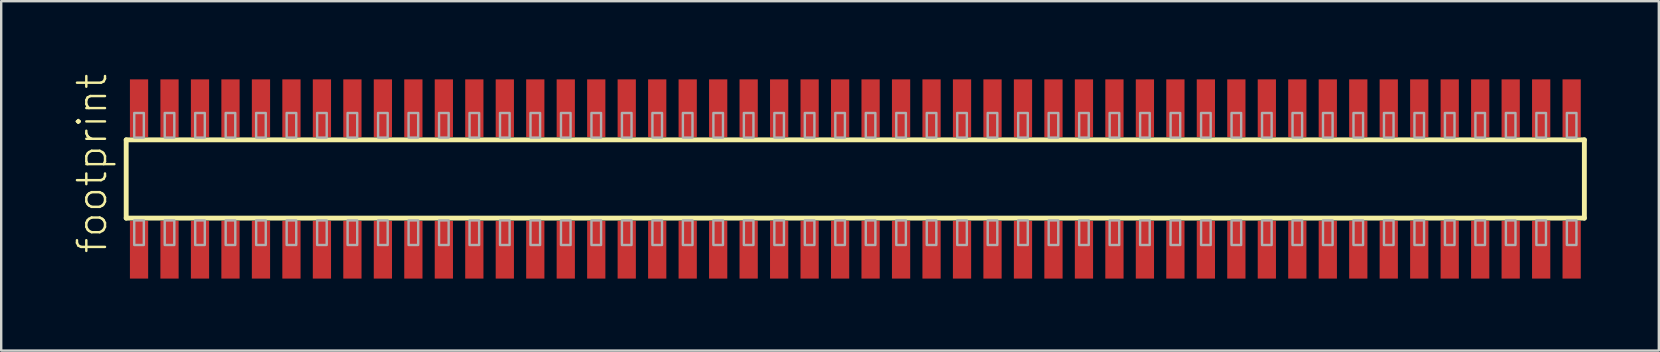
<source format=kicad_pcb>
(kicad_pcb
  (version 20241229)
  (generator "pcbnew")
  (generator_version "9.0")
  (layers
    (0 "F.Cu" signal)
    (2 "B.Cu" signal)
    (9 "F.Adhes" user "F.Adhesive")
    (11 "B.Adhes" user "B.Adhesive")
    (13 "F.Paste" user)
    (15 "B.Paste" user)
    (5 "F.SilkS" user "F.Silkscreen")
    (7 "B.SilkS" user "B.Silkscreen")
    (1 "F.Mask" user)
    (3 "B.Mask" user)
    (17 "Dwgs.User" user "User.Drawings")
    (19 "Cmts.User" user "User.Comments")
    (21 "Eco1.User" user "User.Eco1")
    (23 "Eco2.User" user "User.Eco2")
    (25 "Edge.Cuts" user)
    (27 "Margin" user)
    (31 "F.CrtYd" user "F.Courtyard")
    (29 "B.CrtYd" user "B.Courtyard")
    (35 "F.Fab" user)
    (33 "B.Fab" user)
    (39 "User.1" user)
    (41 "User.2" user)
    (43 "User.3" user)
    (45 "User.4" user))
  (footprint "footprint"
    (layer "F.Cu")
    (at 32.588 4.407)
    (property "Reference" "footprint" (at -31.115 3.175 90) (layer "F.SilkS") (effects (font (size 1.168 1.168) (thickness 0.102)) (justify left bottom)))
    (fp_line (start -30.38 -1.63) (end 30.375 -1.63) (stroke (width 0.203) (type solid)) (layer "F.SilkS"))
    (fp_line (start -30.38 1.63) (end -30.38 -1.63) (stroke (width 0.203) (type solid)) (layer "F.SilkS"))
    (fp_line (start 30.375 -1.63) (end 30.375 1.63) (stroke (width 0.203) (type solid)) (layer "F.SilkS"))
    (fp_line (start 30.375 1.63) (end -30.38 1.63) (stroke (width 0.203) (type solid)) (layer "F.SilkS"))
    (fp_poly (pts (xy -30.045 -1.725) (xy -29.645 -1.725) (xy -29.645 -2.75) (xy -30.045 -2.75)) (stroke (width 0.1) (type solid)) (fill no) (layer "F.Fab"))
    (fp_poly (pts (xy -29.645 1.725) (xy -30.045 1.725) (xy -30.045 2.75) (xy -29.645 2.75)) (stroke (width 0.1) (type solid)) (fill no) (layer "F.Fab"))
    (fp_poly (pts (xy -28.775 -1.725) (xy -28.375 -1.725) (xy -28.375 -2.75) (xy -28.775 -2.75)) (stroke (width 0.1) (type solid)) (fill no) (layer "F.Fab"))
    (fp_poly (pts (xy -28.375 1.725) (xy -28.775 1.725) (xy -28.775 2.75) (xy -28.375 2.75)) (stroke (width 0.1) (type solid)) (fill no) (layer "F.Fab"))
    (fp_poly (pts (xy -27.505 -1.725) (xy -27.105 -1.725) (xy -27.105 -2.75) (xy -27.505 -2.75)) (stroke (width 0.1) (type solid)) (fill no) (layer "F.Fab"))
    (fp_poly (pts (xy -27.105 1.725) (xy -27.505 1.725) (xy -27.505 2.75) (xy -27.105 2.75)) (stroke (width 0.1) (type solid)) (fill no) (layer "F.Fab"))
    (fp_poly (pts (xy -26.235 -1.725) (xy -25.835 -1.725) (xy -25.835 -2.75) (xy -26.235 -2.75)) (stroke (width 0.1) (type solid)) (fill no) (layer "F.Fab"))
    (fp_poly (pts (xy -25.835 1.725) (xy -26.235 1.725) (xy -26.235 2.75) (xy -25.835 2.75)) (stroke (width 0.1) (type solid)) (fill no) (layer "F.Fab"))
    (fp_poly (pts (xy -24.965 -1.725) (xy -24.565 -1.725) (xy -24.565 -2.75) (xy -24.965 -2.75)) (stroke (width 0.1) (type solid)) (fill no) (layer "F.Fab"))
    (fp_poly (pts (xy -24.565 1.725) (xy -24.965 1.725) (xy -24.965 2.75) (xy -24.565 2.75)) (stroke (width 0.1) (type solid)) (fill no) (layer "F.Fab"))
    (fp_poly (pts (xy -23.695 -1.725) (xy -23.295 -1.725) (xy -23.295 -2.75) (xy -23.695 -2.75)) (stroke (width 0.1) (type solid)) (fill no) (layer "F.Fab"))
    (fp_poly (pts (xy -23.295 1.725) (xy -23.695 1.725) (xy -23.695 2.75) (xy -23.295 2.75)) (stroke (width 0.1) (type solid)) (fill no) (layer "F.Fab"))
    (fp_poly (pts (xy -22.425 -1.725) (xy -22.025 -1.725) (xy -22.025 -2.75) (xy -22.425 -2.75)) (stroke (width 0.1) (type solid)) (fill no) (layer "F.Fab"))
    (fp_poly (pts (xy -22.025 1.725) (xy -22.425 1.725) (xy -22.425 2.75) (xy -22.025 2.75)) (stroke (width 0.1) (type solid)) (fill no) (layer "F.Fab"))
    (fp_poly (pts (xy -21.155 -1.725) (xy -20.755 -1.725) (xy -20.755 -2.75) (xy -21.155 -2.75)) (stroke (width 0.1) (type solid)) (fill no) (layer "F.Fab"))
    (fp_poly (pts (xy -20.755 1.725) (xy -21.155 1.725) (xy -21.155 2.75) (xy -20.755 2.75)) (stroke (width 0.1) (type solid)) (fill no) (layer "F.Fab"))
    (fp_poly (pts (xy -19.885 -1.725) (xy -19.485 -1.725) (xy -19.485 -2.75) (xy -19.885 -2.75)) (stroke (width 0.1) (type solid)) (fill no) (layer "F.Fab"))
    (fp_poly (pts (xy -19.485 1.725) (xy -19.885 1.725) (xy -19.885 2.75) (xy -19.485 2.75)) (stroke (width 0.1) (type solid)) (fill no) (layer "F.Fab"))
    (fp_poly (pts (xy -18.615 -1.725) (xy -18.215 -1.725) (xy -18.215 -2.75) (xy -18.615 -2.75)) (stroke (width 0.1) (type solid)) (fill no) (layer "F.Fab"))
    (fp_poly (pts (xy -18.215 1.725) (xy -18.615 1.725) (xy -18.615 2.75) (xy -18.215 2.75)) (stroke (width 0.1) (type solid)) (fill no) (layer "F.Fab"))
    (fp_poly (pts (xy -17.345 -1.725) (xy -16.945 -1.725) (xy -16.945 -2.75) (xy -17.345 -2.75)) (stroke (width 0.1) (type solid)) (fill no) (layer "F.Fab"))
    (fp_poly (pts (xy -16.945 1.725) (xy -17.345 1.725) (xy -17.345 2.75) (xy -16.945 2.75)) (stroke (width 0.1) (type solid)) (fill no) (layer "F.Fab"))
    (fp_poly (pts (xy -16.075 -1.725) (xy -15.675 -1.725) (xy -15.675 -2.75) (xy -16.075 -2.75)) (stroke (width 0.1) (type solid)) (fill no) (layer "F.Fab"))
    (fp_poly (pts (xy -15.675 1.725) (xy -16.075 1.725) (xy -16.075 2.75) (xy -15.675 2.75)) (stroke (width 0.1) (type solid)) (fill no) (layer "F.Fab"))
    (fp_poly (pts (xy -14.805 -1.725) (xy -14.405 -1.725) (xy -14.405 -2.75) (xy -14.805 -2.75)) (stroke (width 0.1) (type solid)) (fill no) (layer "F.Fab"))
    (fp_poly (pts (xy -14.405 1.725) (xy -14.805 1.725) (xy -14.805 2.75) (xy -14.405 2.75)) (stroke (width 0.1) (type solid)) (fill no) (layer "F.Fab"))
    (fp_poly (pts (xy -13.535 -1.725) (xy -13.135 -1.725) (xy -13.135 -2.75) (xy -13.535 -2.75)) (stroke (width 0.1) (type solid)) (fill no) (layer "F.Fab"))
    (fp_poly (pts (xy -13.135 1.725) (xy -13.535 1.725) (xy -13.535 2.75) (xy -13.135 2.75)) (stroke (width 0.1) (type solid)) (fill no) (layer "F.Fab"))
    (fp_poly (pts (xy -12.265 -1.725) (xy -11.865 -1.725) (xy -11.865 -2.75) (xy -12.265 -2.75)) (stroke (width 0.1) (type solid)) (fill no) (layer "F.Fab"))
    (fp_poly (pts (xy -11.865 1.725) (xy -12.265 1.725) (xy -12.265 2.75) (xy -11.865 2.75)) (stroke (width 0.1) (type solid)) (fill no) (layer "F.Fab"))
    (fp_poly (pts (xy -10.995 -1.725) (xy -10.595 -1.725) (xy -10.595 -2.75) (xy -10.995 -2.75)) (stroke (width 0.1) (type solid)) (fill no) (layer "F.Fab"))
    (fp_poly (pts (xy -10.595 1.725) (xy -10.995 1.725) (xy -10.995 2.75) (xy -10.595 2.75)) (stroke (width 0.1) (type solid)) (fill no) (layer "F.Fab"))
    (fp_poly (pts (xy -9.725 -1.725) (xy -9.325 -1.725) (xy -9.325 -2.75) (xy -9.725 -2.75)) (stroke (width 0.1) (type solid)) (fill no) (layer "F.Fab"))
    (fp_poly (pts (xy -9.325 1.725) (xy -9.725 1.725) (xy -9.725 2.75) (xy -9.325 2.75)) (stroke (width 0.1) (type solid)) (fill no) (layer "F.Fab"))
    (fp_poly (pts (xy -8.455 -1.725) (xy -8.055 -1.725) (xy -8.055 -2.75) (xy -8.455 -2.75)) (stroke (width 0.1) (type solid)) (fill no) (layer "F.Fab"))
    (fp_poly (pts (xy -8.055 1.725) (xy -8.455 1.725) (xy -8.455 2.75) (xy -8.055 2.75)) (stroke (width 0.1) (type solid)) (fill no) (layer "F.Fab"))
    (fp_poly (pts (xy -7.185 -1.725) (xy -6.785 -1.725) (xy -6.785 -2.75) (xy -7.185 -2.75)) (stroke (width 0.1) (type solid)) (fill no) (layer "F.Fab"))
    (fp_poly (pts (xy -6.785 1.725) (xy -7.185 1.725) (xy -7.185 2.75) (xy -6.785 2.75)) (stroke (width 0.1) (type solid)) (fill no) (layer "F.Fab"))
    (fp_poly (pts (xy -5.915 -1.725) (xy -5.515 -1.725) (xy -5.515 -2.75) (xy -5.915 -2.75)) (stroke (width 0.1) (type solid)) (fill no) (layer "F.Fab"))
    (fp_poly (pts (xy -5.515 1.725) (xy -5.915 1.725) (xy -5.915 2.75) (xy -5.515 2.75)) (stroke (width 0.1) (type solid)) (fill no) (layer "F.Fab"))
    (fp_poly (pts (xy -4.645 -1.725) (xy -4.245 -1.725) (xy -4.245 -2.75) (xy -4.645 -2.75)) (stroke (width 0.1) (type solid)) (fill no) (layer "F.Fab"))
    (fp_poly (pts (xy -4.245 1.725) (xy -4.645 1.725) (xy -4.645 2.75) (xy -4.245 2.75)) (stroke (width 0.1) (type solid)) (fill no) (layer "F.Fab"))
    (fp_poly (pts (xy -3.375 -1.725) (xy -2.975 -1.725) (xy -2.975 -2.75) (xy -3.375 -2.75)) (stroke (width 0.1) (type solid)) (fill no) (layer "F.Fab"))
    (fp_poly (pts (xy -2.975 1.725) (xy -3.375 1.725) (xy -3.375 2.75) (xy -2.975 2.75)) (stroke (width 0.1) (type solid)) (fill no) (layer "F.Fab"))
    (fp_poly (pts (xy -2.105 -1.725) (xy -1.705 -1.725) (xy -1.705 -2.75) (xy -2.105 -2.75)) (stroke (width 0.1) (type solid)) (fill no) (layer "F.Fab"))
    (fp_poly (pts (xy -1.705 1.725) (xy -2.105 1.725) (xy -2.105 2.75) (xy -1.705 2.75)) (stroke (width 0.1) (type solid)) (fill no) (layer "F.Fab"))
    (fp_poly (pts (xy -0.835 -1.725) (xy -0.435 -1.725) (xy -0.435 -2.75) (xy -0.835 -2.75)) (stroke (width 0.1) (type solid)) (fill no) (layer "F.Fab"))
    (fp_poly (pts (xy -0.435 1.725) (xy -0.835 1.725) (xy -0.835 2.75) (xy -0.435 2.75)) (stroke (width 0.1) (type solid)) (fill no) (layer "F.Fab"))
    (fp_poly (pts (xy 0.435 -1.725) (xy 0.835 -1.725) (xy 0.835 -2.75) (xy 0.435 -2.75)) (stroke (width 0.1) (type solid)) (fill no) (layer "F.Fab"))
    (fp_poly (pts (xy 0.835 1.725) (xy 0.435 1.725) (xy 0.435 2.75) (xy 0.835 2.75)) (stroke (width 0.1) (type solid)) (fill no) (layer "F.Fab"))
    (fp_poly (pts (xy 1.705 -1.725) (xy 2.105 -1.725) (xy 2.105 -2.75) (xy 1.705 -2.75)) (stroke (width 0.1) (type solid)) (fill no) (layer "F.Fab"))
    (fp_poly (pts (xy 2.105 1.725) (xy 1.705 1.725) (xy 1.705 2.75) (xy 2.105 2.75)) (stroke (width 0.1) (type solid)) (fill no) (layer "F.Fab"))
    (fp_poly (pts (xy 2.975 -1.725) (xy 3.375 -1.725) (xy 3.375 -2.75) (xy 2.975 -2.75)) (stroke (width 0.1) (type solid)) (fill no) (layer "F.Fab"))
    (fp_poly (pts (xy 3.375 1.725) (xy 2.975 1.725) (xy 2.975 2.75) (xy 3.375 2.75)) (stroke (width 0.1) (type solid)) (fill no) (layer "F.Fab"))
    (fp_poly (pts (xy 4.245 -1.725) (xy 4.645 -1.725) (xy 4.645 -2.75) (xy 4.245 -2.75)) (stroke (width 0.1) (type solid)) (fill no) (layer "F.Fab"))
    (fp_poly (pts (xy 4.645 1.725) (xy 4.245 1.725) (xy 4.245 2.75) (xy 4.645 2.75)) (stroke (width 0.1) (type solid)) (fill no) (layer "F.Fab"))
    (fp_poly (pts (xy 5.515 -1.725) (xy 5.915 -1.725) (xy 5.915 -2.75) (xy 5.515 -2.75)) (stroke (width 0.1) (type solid)) (fill no) (layer "F.Fab"))
    (fp_poly (pts (xy 5.915 1.725) (xy 5.515 1.725) (xy 5.515 2.75) (xy 5.915 2.75)) (stroke (width 0.1) (type solid)) (fill no) (layer "F.Fab"))
    (fp_poly (pts (xy 6.785 -1.725) (xy 7.185 -1.725) (xy 7.185 -2.75) (xy 6.785 -2.75)) (stroke (width 0.1) (type solid)) (fill no) (layer "F.Fab"))
    (fp_poly (pts (xy 7.185 1.725) (xy 6.785 1.725) (xy 6.785 2.75) (xy 7.185 2.75)) (stroke (width 0.1) (type solid)) (fill no) (layer "F.Fab"))
    (fp_poly (pts (xy 8.055 -1.725) (xy 8.455 -1.725) (xy 8.455 -2.75) (xy 8.055 -2.75)) (stroke (width 0.1) (type solid)) (fill no) (layer "F.Fab"))
    (fp_poly (pts (xy 8.455 1.725) (xy 8.055 1.725) (xy 8.055 2.75) (xy 8.455 2.75)) (stroke (width 0.1) (type solid)) (fill no) (layer "F.Fab"))
    (fp_poly (pts (xy 9.325 -1.725) (xy 9.725 -1.725) (xy 9.725 -2.75) (xy 9.325 -2.75)) (stroke (width 0.1) (type solid)) (fill no) (layer "F.Fab"))
    (fp_poly (pts (xy 9.725 1.725) (xy 9.325 1.725) (xy 9.325 2.75) (xy 9.725 2.75)) (stroke (width 0.1) (type solid)) (fill no) (layer "F.Fab"))
    (fp_poly (pts (xy 10.595 -1.725) (xy 10.995 -1.725) (xy 10.995 -2.75) (xy 10.595 -2.75)) (stroke (width 0.1) (type solid)) (fill no) (layer "F.Fab"))
    (fp_poly (pts (xy 10.995 1.725) (xy 10.595 1.725) (xy 10.595 2.75) (xy 10.995 2.75)) (stroke (width 0.1) (type solid)) (fill no) (layer "F.Fab"))
    (fp_poly (pts (xy 11.865 -1.725) (xy 12.265 -1.725) (xy 12.265 -2.75) (xy 11.865 -2.75)) (stroke (width 0.1) (type solid)) (fill no) (layer "F.Fab"))
    (fp_poly (pts (xy 12.265 1.725) (xy 11.865 1.725) (xy 11.865 2.75) (xy 12.265 2.75)) (stroke (width 0.1) (type solid)) (fill no) (layer "F.Fab"))
    (fp_poly (pts (xy 13.135 -1.725) (xy 13.535 -1.725) (xy 13.535 -2.75) (xy 13.135 -2.75)) (stroke (width 0.1) (type solid)) (fill no) (layer "F.Fab"))
    (fp_poly (pts (xy 13.535 1.725) (xy 13.135 1.725) (xy 13.135 2.75) (xy 13.535 2.75)) (stroke (width 0.1) (type solid)) (fill no) (layer "F.Fab"))
    (fp_poly (pts (xy 14.405 -1.725) (xy 14.805 -1.725) (xy 14.805 -2.75) (xy 14.405 -2.75)) (stroke (width 0.1) (type solid)) (fill no) (layer "F.Fab"))
    (fp_poly (pts (xy 14.805 1.725) (xy 14.405 1.725) (xy 14.405 2.75) (xy 14.805 2.75)) (stroke (width 0.1) (type solid)) (fill no) (layer "F.Fab"))
    (fp_poly (pts (xy 15.675 -1.725) (xy 16.075 -1.725) (xy 16.075 -2.75) (xy 15.675 -2.75)) (stroke (width 0.1) (type solid)) (fill no) (layer "F.Fab"))
    (fp_poly (pts (xy 16.075 1.725) (xy 15.675 1.725) (xy 15.675 2.75) (xy 16.075 2.75)) (stroke (width 0.1) (type solid)) (fill no) (layer "F.Fab"))
    (fp_poly (pts (xy 16.945 -1.725) (xy 17.345 -1.725) (xy 17.345 -2.75) (xy 16.945 -2.75)) (stroke (width 0.1) (type solid)) (fill no) (layer "F.Fab"))
    (fp_poly (pts (xy 17.345 1.725) (xy 16.945 1.725) (xy 16.945 2.75) (xy 17.345 2.75)) (stroke (width 0.1) (type solid)) (fill no) (layer "F.Fab"))
    (fp_poly (pts (xy 18.215 -1.725) (xy 18.615 -1.725) (xy 18.615 -2.75) (xy 18.215 -2.75)) (stroke (width 0.1) (type solid)) (fill no) (layer "F.Fab"))
    (fp_poly (pts (xy 18.615 1.725) (xy 18.215 1.725) (xy 18.215 2.75) (xy 18.615 2.75)) (stroke (width 0.1) (type solid)) (fill no) (layer "F.Fab"))
    (fp_poly (pts (xy 19.485 -1.725) (xy 19.885 -1.725) (xy 19.885 -2.75) (xy 19.485 -2.75)) (stroke (width 0.1) (type solid)) (fill no) (layer "F.Fab"))
    (fp_poly (pts (xy 19.885 1.725) (xy 19.485 1.725) (xy 19.485 2.75) (xy 19.885 2.75)) (stroke (width 0.1) (type solid)) (fill no) (layer "F.Fab"))
    (fp_poly (pts (xy 20.755 -1.725) (xy 21.155 -1.725) (xy 21.155 -2.75) (xy 20.755 -2.75)) (stroke (width 0.1) (type solid)) (fill no) (layer "F.Fab"))
    (fp_poly (pts (xy 21.155 1.725) (xy 20.755 1.725) (xy 20.755 2.75) (xy 21.155 2.75)) (stroke (width 0.1) (type solid)) (fill no) (layer "F.Fab"))
    (fp_poly (pts (xy 22.025 -1.725) (xy 22.425 -1.725) (xy 22.425 -2.75) (xy 22.025 -2.75)) (stroke (width 0.1) (type solid)) (fill no) (layer "F.Fab"))
    (fp_poly (pts (xy 22.425 1.725) (xy 22.025 1.725) (xy 22.025 2.75) (xy 22.425 2.75)) (stroke (width 0.1) (type solid)) (fill no) (layer "F.Fab"))
    (fp_poly (pts (xy 23.295 -1.725) (xy 23.695 -1.725) (xy 23.695 -2.75) (xy 23.295 -2.75)) (stroke (width 0.1) (type solid)) (fill no) (layer "F.Fab"))
    (fp_poly (pts (xy 23.695 1.725) (xy 23.295 1.725) (xy 23.295 2.75) (xy 23.695 2.75)) (stroke (width 0.1) (type solid)) (fill no) (layer "F.Fab"))
    (fp_poly (pts (xy 24.565 -1.725) (xy 24.965 -1.725) (xy 24.965 -2.75) (xy 24.565 -2.75)) (stroke (width 0.1) (type solid)) (fill no) (layer "F.Fab"))
    (fp_poly (pts (xy 24.965 1.725) (xy 24.565 1.725) (xy 24.565 2.75) (xy 24.965 2.75)) (stroke (width 0.1) (type solid)) (fill no) (layer "F.Fab"))
    (fp_poly (pts (xy 25.835 -1.725) (xy 26.235 -1.725) (xy 26.235 -2.75) (xy 25.835 -2.75)) (stroke (width 0.1) (type solid)) (fill no) (layer "F.Fab"))
    (fp_poly (pts (xy 26.235 1.725) (xy 25.835 1.725) (xy 25.835 2.75) (xy 26.235 2.75)) (stroke (width 0.1) (type solid)) (fill no) (layer "F.Fab"))
    (fp_poly (pts (xy 27.105 -1.725) (xy 27.505 -1.725) (xy 27.505 -2.75) (xy 27.105 -2.75)) (stroke (width 0.1) (type solid)) (fill no) (layer "F.Fab"))
    (fp_poly (pts (xy 27.505 1.725) (xy 27.105 1.725) (xy 27.105 2.75) (xy 27.505 2.75)) (stroke (width 0.1) (type solid)) (fill no) (layer "F.Fab"))
    (fp_poly (pts (xy 28.375 -1.725) (xy 28.775 -1.725) (xy 28.775 -2.75) (xy 28.375 -2.75)) (stroke (width 0.1) (type solid)) (fill no) (layer "F.Fab"))
    (fp_poly (pts (xy 28.775 1.725) (xy 28.375 1.725) (xy 28.375 2.75) (xy 28.775 2.75)) (stroke (width 0.1) (type solid)) (fill no) (layer "F.Fab"))
    (fp_poly (pts (xy 29.645 -1.725) (xy 30.045 -1.725) (xy 30.045 -2.75) (xy 29.645 -2.75)) (stroke (width 0.1) (type solid)) (fill no) (layer "F.Fab"))
    (fp_poly (pts (xy 30.045 1.725) (xy 29.645 1.725) (xy 29.645 2.75) (xy 30.045 2.75)) (stroke (width 0.1) (type solid)) (fill no) (layer "F.Fab"))
    (pad "1" smd rect (at -29.845 2.95) (size 0.76 2.4) (layers "F.Cu" "F.Mask" "F.Paste"))
    (pad "2" smd rect (at -29.845 -2.95) (size 0.76 2.4) (layers "F.Cu" "F.Mask" "F.Paste"))
    (pad "3" smd rect (at -28.575 2.95) (size 0.76 2.4) (layers "F.Cu" "F.Mask" "F.Paste"))
    (pad "4" smd rect (at -28.575 -2.95) (size 0.76 2.4) (layers "F.Cu" "F.Mask" "F.Paste"))
    (pad "5" smd rect (at -27.305 2.95) (size 0.76 2.4) (layers "F.Cu" "F.Mask" "F.Paste"))
    (pad "6" smd rect (at -27.305 -2.95) (size 0.76 2.4) (layers "F.Cu" "F.Mask" "F.Paste"))
    (pad "7" smd rect (at -26.035 2.95) (size 0.76 2.4) (layers "F.Cu" "F.Mask" "F.Paste"))
    (pad "8" smd rect (at -26.035 -2.95) (size 0.76 2.4) (layers "F.Cu" "F.Mask" "F.Paste"))
    (pad "9" smd rect (at -24.765 2.95) (size 0.76 2.4) (layers "F.Cu" "F.Mask" "F.Paste"))
    (pad "10" smd rect (at -24.765 -2.95) (size 0.76 2.4) (layers "F.Cu" "F.Mask" "F.Paste"))
    (pad "11" smd rect (at -23.495 2.95) (size 0.76 2.4) (layers "F.Cu" "F.Mask" "F.Paste"))
    (pad "12" smd rect (at -23.495 -2.95) (size 0.76 2.4) (layers "F.Cu" "F.Mask" "F.Paste"))
    (pad "13" smd rect (at -22.225 2.95) (size 0.76 2.4) (layers "F.Cu" "F.Mask" "F.Paste"))
    (pad "14" smd rect (at -22.225 -2.95) (size 0.76 2.4) (layers "F.Cu" "F.Mask" "F.Paste"))
    (pad "15" smd rect (at -20.955 2.95) (size 0.76 2.4) (layers "F.Cu" "F.Mask" "F.Paste"))
    (pad "16" smd rect (at -20.955 -2.95) (size 0.76 2.4) (layers "F.Cu" "F.Mask" "F.Paste"))
    (pad "17" smd rect (at -19.685 2.95) (size 0.76 2.4) (layers "F.Cu" "F.Mask" "F.Paste"))
    (pad "18" smd rect (at -19.685 -2.95) (size 0.76 2.4) (layers "F.Cu" "F.Mask" "F.Paste"))
    (pad "19" smd rect (at -18.415 2.95) (size 0.76 2.4) (layers "F.Cu" "F.Mask" "F.Paste"))
    (pad "20" smd rect (at -18.415 -2.95) (size 0.76 2.4) (layers "F.Cu" "F.Mask" "F.Paste"))
    (pad "21" smd rect (at -17.145 2.95) (size 0.76 2.4) (layers "F.Cu" "F.Mask" "F.Paste"))
    (pad "22" smd rect (at -17.145 -2.95) (size 0.76 2.4) (layers "F.Cu" "F.Mask" "F.Paste"))
    (pad "23" smd rect (at -15.875 2.95) (size 0.76 2.4) (layers "F.Cu" "F.Mask" "F.Paste"))
    (pad "24" smd rect (at -15.875 -2.95) (size 0.76 2.4) (layers "F.Cu" "F.Mask" "F.Paste"))
    (pad "25" smd rect (at -14.605 2.95) (size 0.76 2.4) (layers "F.Cu" "F.Mask" "F.Paste"))
    (pad "26" smd rect (at -14.605 -2.95) (size 0.76 2.4) (layers "F.Cu" "F.Mask" "F.Paste"))
    (pad "27" smd rect (at -13.335 2.95) (size 0.76 2.4) (layers "F.Cu" "F.Mask" "F.Paste"))
    (pad "28" smd rect (at -13.335 -2.95) (size 0.76 2.4) (layers "F.Cu" "F.Mask" "F.Paste"))
    (pad "29" smd rect (at -12.065 2.95) (size 0.76 2.4) (layers "F.Cu" "F.Mask" "F.Paste"))
    (pad "30" smd rect (at -12.065 -2.95) (size 0.76 2.4) (layers "F.Cu" "F.Mask" "F.Paste"))
    (pad "31" smd rect (at -10.795 2.95) (size 0.76 2.4) (layers "F.Cu" "F.Mask" "F.Paste"))
    (pad "32" smd rect (at -10.795 -2.95) (size 0.76 2.4) (layers "F.Cu" "F.Mask" "F.Paste"))
    (pad "33" smd rect (at -9.525 2.95) (size 0.76 2.4) (layers "F.Cu" "F.Mask" "F.Paste"))
    (pad "34" smd rect (at -9.525 -2.95) (size 0.76 2.4) (layers "F.Cu" "F.Mask" "F.Paste"))
    (pad "35" smd rect (at -8.255 2.95) (size 0.76 2.4) (layers "F.Cu" "F.Mask" "F.Paste"))
    (pad "36" smd rect (at -8.255 -2.95) (size 0.76 2.4) (layers "F.Cu" "F.Mask" "F.Paste"))
    (pad "37" smd rect (at -6.985 2.95) (size 0.76 2.4) (layers "F.Cu" "F.Mask" "F.Paste"))
    (pad "38" smd rect (at -6.985 -2.95) (size 0.76 2.4) (layers "F.Cu" "F.Mask" "F.Paste"))
    (pad "39" smd rect (at -5.715 2.95) (size 0.76 2.4) (layers "F.Cu" "F.Mask" "F.Paste"))
    (pad "40" smd rect (at -5.715 -2.95) (size 0.76 2.4) (layers "F.Cu" "F.Mask" "F.Paste"))
    (pad "41" smd rect (at -4.445 2.95) (size 0.76 2.4) (layers "F.Cu" "F.Mask" "F.Paste"))
    (pad "42" smd rect (at -4.445 -2.95) (size 0.76 2.4) (layers "F.Cu" "F.Mask" "F.Paste"))
    (pad "43" smd rect (at -3.175 2.95) (size 0.76 2.4) (layers "F.Cu" "F.Mask" "F.Paste"))
    (pad "44" smd rect (at -3.175 -2.95) (size 0.76 2.4) (layers "F.Cu" "F.Mask" "F.Paste"))
    (pad "45" smd rect (at -1.905 2.95) (size 0.76 2.4) (layers "F.Cu" "F.Mask" "F.Paste"))
    (pad "46" smd rect (at -1.905 -2.95) (size 0.76 2.4) (layers "F.Cu" "F.Mask" "F.Paste"))
    (pad "47" smd rect (at -0.635 2.95) (size 0.76 2.4) (layers "F.Cu" "F.Mask" "F.Paste"))
    (pad "48" smd rect (at -0.635 -2.95) (size 0.76 2.4) (layers "F.Cu" "F.Mask" "F.Paste"))
    (pad "49" smd rect (at 0.635 2.95) (size 0.76 2.4) (layers "F.Cu" "F.Mask" "F.Paste"))
    (pad "50" smd rect (at 0.635 -2.95) (size 0.76 2.4) (layers "F.Cu" "F.Mask" "F.Paste"))
    (pad "51" smd rect (at 1.905 2.95) (size 0.76 2.4) (layers "F.Cu" "F.Mask" "F.Paste"))
    (pad "52" smd rect (at 1.905 -2.95) (size 0.76 2.4) (layers "F.Cu" "F.Mask" "F.Paste"))
    (pad "53" smd rect (at 3.175 2.95) (size 0.76 2.4) (layers "F.Cu" "F.Mask" "F.Paste"))
    (pad "54" smd rect (at 3.175 -2.95) (size 0.76 2.4) (layers "F.Cu" "F.Mask" "F.Paste"))
    (pad "55" smd rect (at 4.445 2.95) (size 0.76 2.4) (layers "F.Cu" "F.Mask" "F.Paste"))
    (pad "56" smd rect (at 4.445 -2.95) (size 0.76 2.4) (layers "F.Cu" "F.Mask" "F.Paste"))
    (pad "57" smd rect (at 5.715 2.95) (size 0.76 2.4) (layers "F.Cu" "F.Mask" "F.Paste"))
    (pad "58" smd rect (at 5.715 -2.95) (size 0.76 2.4) (layers "F.Cu" "F.Mask" "F.Paste"))
    (pad "59" smd rect (at 6.985 2.95) (size 0.76 2.4) (layers "F.Cu" "F.Mask" "F.Paste"))
    (pad "60" smd rect (at 6.985 -2.95) (size 0.76 2.4) (layers "F.Cu" "F.Mask" "F.Paste"))
    (pad "61" smd rect (at 8.255 2.95) (size 0.76 2.4) (layers "F.Cu" "F.Mask" "F.Paste"))
    (pad "62" smd rect (at 8.255 -2.95) (size 0.76 2.4) (layers "F.Cu" "F.Mask" "F.Paste"))
    (pad "63" smd rect (at 9.525 2.95) (size 0.76 2.4) (layers "F.Cu" "F.Mask" "F.Paste"))
    (pad "64" smd rect (at 9.525 -2.95) (size 0.76 2.4) (layers "F.Cu" "F.Mask" "F.Paste"))
    (pad "65" smd rect (at 10.795 2.95) (size 0.76 2.4) (layers "F.Cu" "F.Mask" "F.Paste"))
    (pad "66" smd rect (at 10.795 -2.95) (size 0.76 2.4) (layers "F.Cu" "F.Mask" "F.Paste"))
    (pad "67" smd rect (at 12.065 2.95) (size 0.76 2.4) (layers "F.Cu" "F.Mask" "F.Paste"))
    (pad "68" smd rect (at 12.065 -2.95) (size 0.76 2.4) (layers "F.Cu" "F.Mask" "F.Paste"))
    (pad "69" smd rect (at 13.335 2.95) (size 0.76 2.4) (layers "F.Cu" "F.Mask" "F.Paste"))
    (pad "70" smd rect (at 13.335 -2.95) (size 0.76 2.4) (layers "F.Cu" "F.Mask" "F.Paste"))
    (pad "71" smd rect (at 14.605 2.95) (size 0.76 2.4) (layers "F.Cu" "F.Mask" "F.Paste"))
    (pad "72" smd rect (at 14.605 -2.95) (size 0.76 2.4) (layers "F.Cu" "F.Mask" "F.Paste"))
    (pad "73" smd rect (at 15.875 2.95) (size 0.76 2.4) (layers "F.Cu" "F.Mask" "F.Paste"))
    (pad "74" smd rect (at 15.875 -2.95) (size 0.76 2.4) (layers "F.Cu" "F.Mask" "F.Paste"))
    (pad "75" smd rect (at 17.145 2.95) (size 0.76 2.4) (layers "F.Cu" "F.Mask" "F.Paste"))
    (pad "76" smd rect (at 17.145 -2.95) (size 0.76 2.4) (layers "F.Cu" "F.Mask" "F.Paste"))
    (pad "77" smd rect (at 18.415 2.95) (size 0.76 2.4) (layers "F.Cu" "F.Mask" "F.Paste"))
    (pad "78" smd rect (at 18.415 -2.95) (size 0.76 2.4) (layers "F.Cu" "F.Mask" "F.Paste"))
    (pad "79" smd rect (at 19.685 2.95) (size 0.76 2.4) (layers "F.Cu" "F.Mask" "F.Paste"))
    (pad "80" smd rect (at 19.685 -2.95) (size 0.76 2.4) (layers "F.Cu" "F.Mask" "F.Paste"))
    (pad "81" smd rect (at 20.955 2.95) (size 0.76 2.4) (layers "F.Cu" "F.Mask" "F.Paste"))
    (pad "82" smd rect (at 20.955 -2.95) (size 0.76 2.4) (layers "F.Cu" "F.Mask" "F.Paste"))
    (pad "83" smd rect (at 22.225 2.95) (size 0.76 2.4) (layers "F.Cu" "F.Mask" "F.Paste"))
    (pad "84" smd rect (at 22.225 -2.95) (size 0.76 2.4) (layers "F.Cu" "F.Mask" "F.Paste"))
    (pad "85" smd rect (at 23.495 2.95) (size 0.76 2.4) (layers "F.Cu" "F.Mask" "F.Paste"))
    (pad "86" smd rect (at 23.495 -2.95) (size 0.76 2.4) (layers "F.Cu" "F.Mask" "F.Paste"))
    (pad "87" smd rect (at 24.765 2.95) (size 0.76 2.4) (layers "F.Cu" "F.Mask" "F.Paste"))
    (pad "88" smd rect (at 24.765 -2.95) (size 0.76 2.4) (layers "F.Cu" "F.Mask" "F.Paste"))
    (pad "89" smd rect (at 26.035 2.95) (size 0.76 2.4) (layers "F.Cu" "F.Mask" "F.Paste"))
    (pad "90" smd rect (at 26.035 -2.95) (size 0.76 2.4) (layers "F.Cu" "F.Mask" "F.Paste"))
    (pad "91" smd rect (at 27.305 2.95) (size 0.76 2.4) (layers "F.Cu" "F.Mask" "F.Paste"))
    (pad "92" smd rect (at 27.305 -2.95) (size 0.76 2.4) (layers "F.Cu" "F.Mask" "F.Paste"))
    (pad "93" smd rect (at 28.575 2.95) (size 0.76 2.4) (layers "F.Cu" "F.Mask" "F.Paste"))
    (pad "94" smd rect (at 28.575 -2.95) (size 0.76 2.4) (layers "F.Cu" "F.Mask" "F.Paste"))
    (pad "95" smd rect (at 29.845 2.95) (size 0.76 2.4) (layers "F.Cu" "F.Mask" "F.Paste"))
    (pad "96" smd rect (at 29.845 -2.95) (size 0.76 2.4) (layers "F.Cu" "F.Mask" "F.Paste")))
  (gr_rect
    (start -3 -3)
    (end 66.065 11.557)
    (stroke (width 0.1) (type default))
    (fill no)
    (layer "Edge.Cuts")))
</source>
